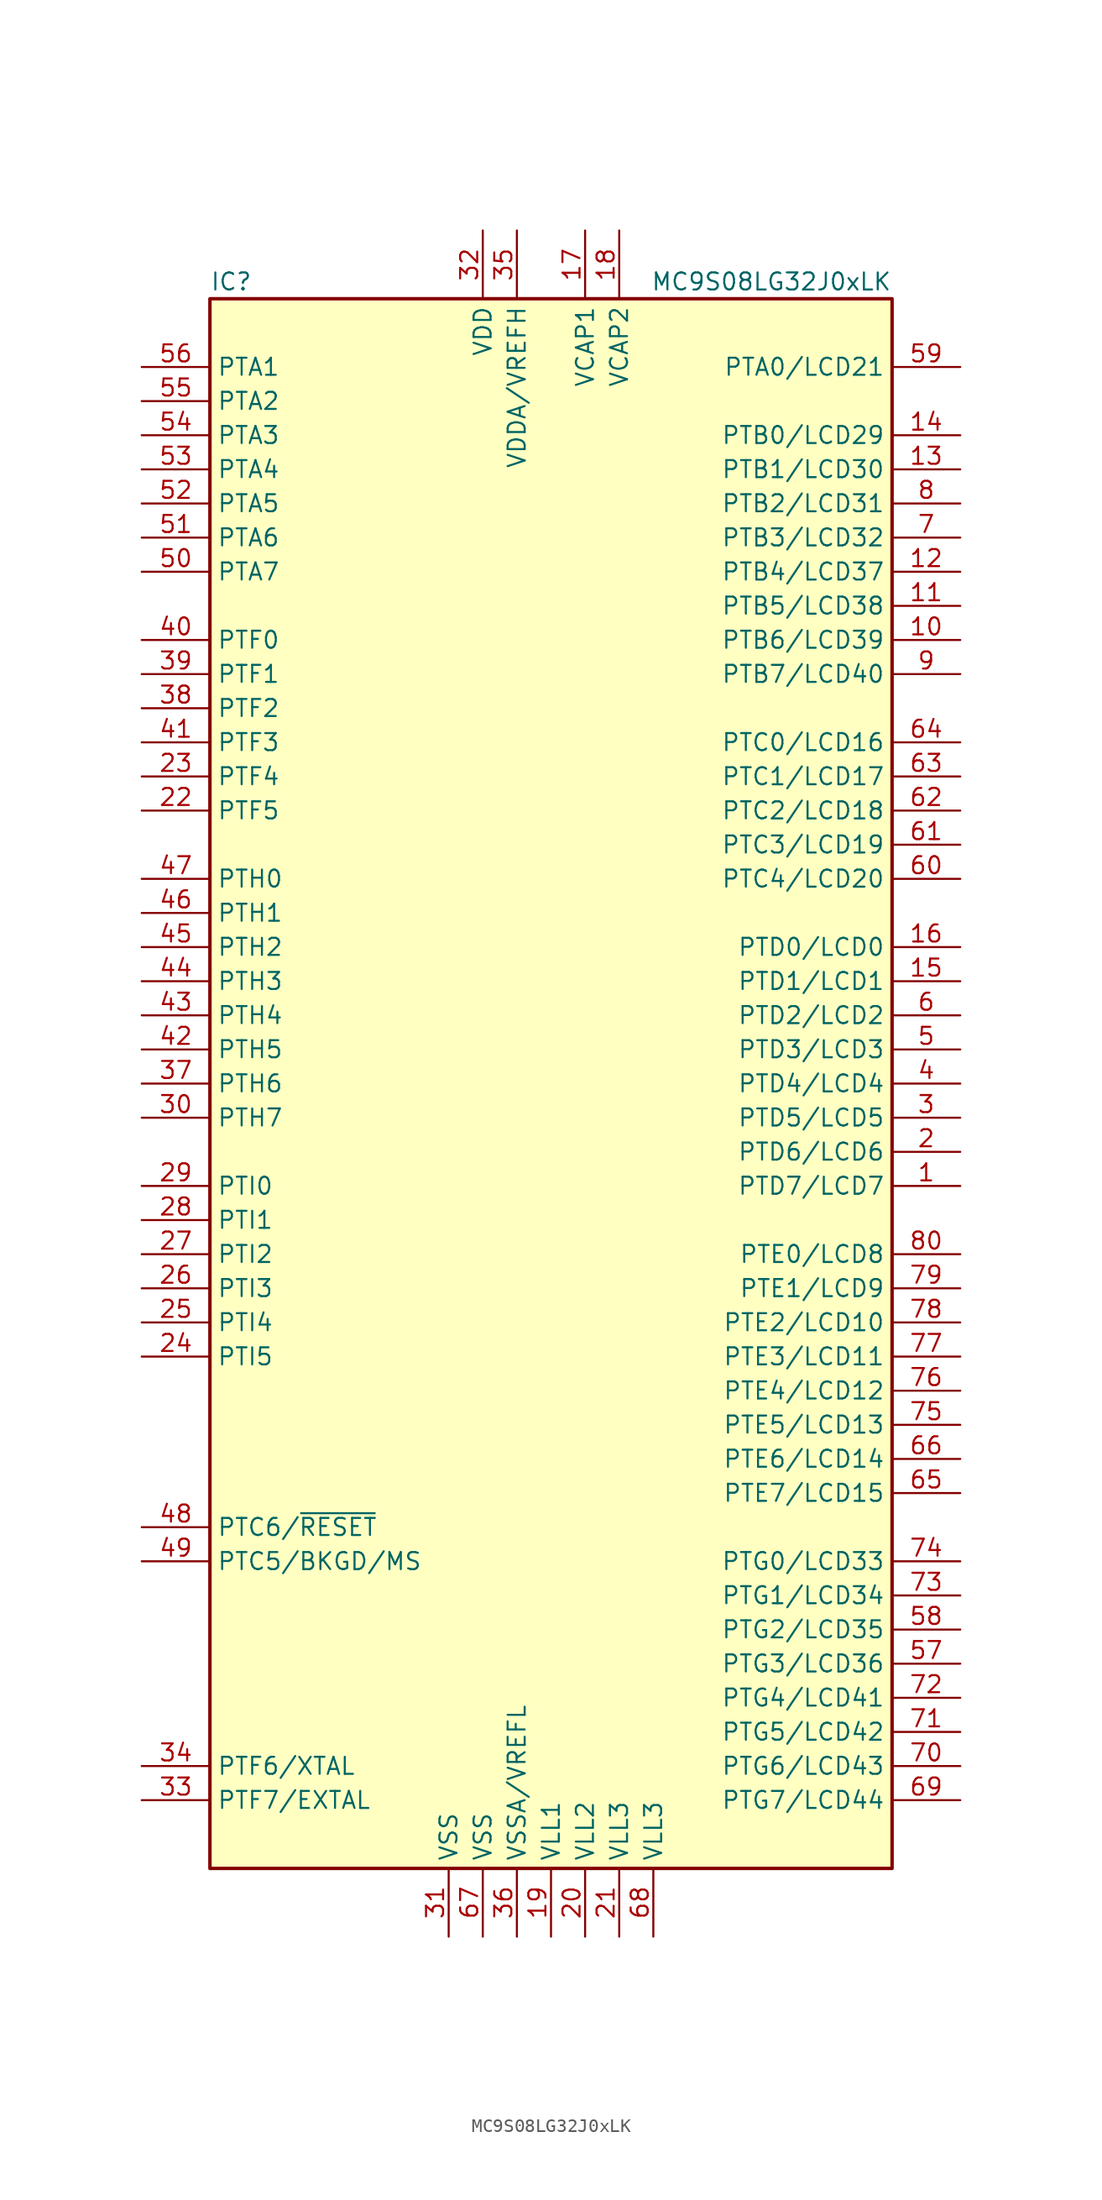
<source format=kicad_sym>
(kicad_symbol_lib
  (version 20241209)
  (generator "kicad_symbol_editor")
  (generator_version "9.0")
  (symbol "MC9S08LG32J0xLK"
    (property "Reference" "IC"
      (at -25.4 59.69 0)
      (effects (font (size 1.27 1.27)) (justify left)))
    (property "Value" "MC9S08LG32J0xLK"
      (at 25.4 59.69 0)
      (effects (font (size 1.27 1.27)) (justify right)))
    (symbol "MC9S08LG32J0xLK_0_1"
      (rectangle (start -25.4 58.42) (end 25.4 -58.42) (stroke (width 0.254) (type default)) (fill (type background))))
    (symbol "MC9S08LG32J0xLK_1_1"
      (pin bidirectional line (at -30.48 53.34 0) (length 5.08) (name "PTA1" (effects (font (size 1.27 1.27)))) (number "56" (effects (font (size 1.27 1.27)))))
      (pin bidirectional line (at -30.48 50.8 0) (length 5.08) (name "PTA2" (effects (font (size 1.27 1.27)))) (number "55" (effects (font (size 1.27 1.27)))))
      (pin bidirectional line (at -30.48 48.26 0) (length 5.08) (name "PTA3" (effects (font (size 1.27 1.27)))) (number "54" (effects (font (size 1.27 1.27)))))
      (pin bidirectional line (at -30.48 45.72 0) (length 5.08) (name "PTA4" (effects (font (size 1.27 1.27)))) (number "53" (effects (font (size 1.27 1.27)))))
      (pin bidirectional line (at -30.48 43.18 0) (length 5.08) (name "PTA5" (effects (font (size 1.27 1.27)))) (number "52" (effects (font (size 1.27 1.27)))))
      (pin bidirectional line (at -30.48 40.64 0) (length 5.08) (name "PTA6" (effects (font (size 1.27 1.27)))) (number "51" (effects (font (size 1.27 1.27)))))
      (pin bidirectional line (at -30.48 38.1 0) (length 5.08) (name "PTA7" (effects (font (size 1.27 1.27)))) (number "50" (effects (font (size 1.27 1.27)))))
      (pin bidirectional line (at -30.48 33.02 0) (length 5.08) (name "PTF0" (effects (font (size 1.27 1.27)))) (number "40" (effects (font (size 1.27 1.27)))))
      (pin bidirectional line (at -30.48 30.48 0) (length 5.08) (name "PTF1" (effects (font (size 1.27 1.27)))) (number "39" (effects (font (size 1.27 1.27)))))
      (pin bidirectional line (at -30.48 27.94 0) (length 5.08) (name "PTF2" (effects (font (size 1.27 1.27)))) (number "38" (effects (font (size 1.27 1.27)))))
      (pin bidirectional line (at -30.48 25.4 0) (length 5.08) (name "PTF3" (effects (font (size 1.27 1.27)))) (number "41" (effects (font (size 1.27 1.27)))))
      (pin bidirectional line (at -30.48 22.86 0) (length 5.08) (name "PTF4" (effects (font (size 1.27 1.27)))) (number "23" (effects (font (size 1.27 1.27)))))
      (pin bidirectional line (at -30.48 20.32 0) (length 5.08) (name "PTF5" (effects (font (size 1.27 1.27)))) (number "22" (effects (font (size 1.27 1.27)))))
      (pin bidirectional line (at -30.48 15.24 0) (length 5.08) (name "PTH0" (effects (font (size 1.27 1.27)))) (number "47" (effects (font (size 1.27 1.27)))))
      (pin bidirectional line (at -30.48 12.7 0) (length 5.08) (name "PTH1" (effects (font (size 1.27 1.27)))) (number "46" (effects (font (size 1.27 1.27)))))
      (pin bidirectional line (at -30.48 10.16 0) (length 5.08) (name "PTH2" (effects (font (size 1.27 1.27)))) (number "45" (effects (font (size 1.27 1.27)))))
      (pin bidirectional line (at -30.48 7.62 0) (length 5.08) (name "PTH3" (effects (font (size 1.27 1.27)))) (number "44" (effects (font (size 1.27 1.27)))))
      (pin bidirectional line (at -30.48 5.08 0) (length 5.08) (name "PTH4" (effects (font (size 1.27 1.27)))) (number "43" (effects (font (size 1.27 1.27)))))
      (pin bidirectional line (at -30.48 2.54 0) (length 5.08) (name "PTH5" (effects (font (size 1.27 1.27)))) (number "42" (effects (font (size 1.27 1.27)))))
      (pin bidirectional line (at -30.48 0 0) (length 5.08) (name "PTH6" (effects (font (size 1.27 1.27)))) (number "37" (effects (font (size 1.27 1.27)))))
      (pin bidirectional line (at -30.48 -2.54 0) (length 5.08) (name "PTH7" (effects (font (size 1.27 1.27)))) (number "30" (effects (font (size 1.27 1.27)))))
      (pin bidirectional line (at -30.48 -7.62 0) (length 5.08) (name "PTI0" (effects (font (size 1.27 1.27)))) (number "29" (effects (font (size 1.27 1.27)))))
      (pin bidirectional line (at -30.48 -10.16 0) (length 5.08) (name "PTI1" (effects (font (size 1.27 1.27)))) (number "28" (effects (font (size 1.27 1.27)))))
      (pin bidirectional line (at -30.48 -12.7 0) (length 5.08) (name "PTI2" (effects (font (size 1.27 1.27)))) (number "27" (effects (font (size 1.27 1.27)))))
      (pin bidirectional line (at -30.48 -15.24 0) (length 5.08) (name "PTI3" (effects (font (size 1.27 1.27)))) (number "26" (effects (font (size 1.27 1.27)))))
      (pin bidirectional line (at -30.48 -17.78 0) (length 5.08) (name "PTI4" (effects (font (size 1.27 1.27)))) (number "25" (effects (font (size 1.27 1.27)))))
      (pin bidirectional line (at -30.48 -20.32 0) (length 5.08) (name "PTI5" (effects (font (size 1.27 1.27)))) (number "24" (effects (font (size 1.27 1.27)))))
      (pin bidirectional line (at -30.48 -33.02 0) (length 5.08) (name "PTC6/~{RESET}" (effects (font (size 1.27 1.27)))) (number "48" (effects (font (size 1.27 1.27)))))
      (pin bidirectional line (at -30.48 -35.56 0) (length 5.08) (name "PTC5/BKGD/MS" (effects (font (size 1.27 1.27)))) (number "49" (effects (font (size 1.27 1.27)))))
      (pin bidirectional line (at -30.48 -50.8 0) (length 5.08) (name "PTF6/XTAL" (effects (font (size 1.27 1.27)))) (number "34" (effects (font (size 1.27 1.27)))))
      (pin bidirectional line (at -30.48 -53.34 0) (length 5.08) (name "PTF7/EXTAL" (effects (font (size 1.27 1.27)))) (number "33" (effects (font (size 1.27 1.27)))))
      (pin power_in line (at -7.62 -63.5 90) (length 5.08) (name "VSS" (effects (font (size 1.27 1.27)))) (number "31" (effects (font (size 1.27 1.27)))))
      (pin power_in line (at -5.08 63.5 270) (length 5.08) (name "VDD" (effects (font (size 1.27 1.27)))) (number "32" (effects (font (size 1.27 1.27)))))
      (pin power_in line (at -5.08 -63.5 90) (length 5.08) (name "VSS" (effects (font (size 1.27 1.27)))) (number "67" (effects (font (size 1.27 1.27)))))
      (pin power_in line (at -2.54 63.5 270) (length 5.08) (name "VDDA/VREFH" (effects (font (size 1.27 1.27)))) (number "35" (effects (font (size 1.27 1.27)))))
      (pin power_in line (at -2.54 -63.5 90) (length 5.08) (name "VSSA/VREFL" (effects (font (size 1.27 1.27)))) (number "36" (effects (font (size 1.27 1.27)))))
      (pin power_in line (at 0 -63.5 90) (length 5.08) (name "VLL1" (effects (font (size 1.27 1.27)))) (number "19" (effects (font (size 1.27 1.27)))))
      (pin power_in line (at 2.54 63.5 270) (length 5.08) (name "VCAP1" (effects (font (size 1.27 1.27)))) (number "17" (effects (font (size 1.27 1.27)))))
      (pin power_in line (at 2.54 -63.5 90) (length 5.08) (name "VLL2" (effects (font (size 1.27 1.27)))) (number "20" (effects (font (size 1.27 1.27)))))
      (pin power_in line (at 5.08 63.5 270) (length 5.08) (name "VCAP2" (effects (font (size 1.27 1.27)))) (number "18" (effects (font (size 1.27 1.27)))))
      (pin power_in line (at 5.08 -63.5 90) (length 5.08) (name "VLL3" (effects (font (size 1.27 1.27)))) (number "21" (effects (font (size 1.27 1.27)))))
      (pin power_in line (at 7.62 -63.5 90) (length 5.08) (name "VLL3" (effects (font (size 1.27 1.27)))) (number "68" (effects (font (size 1.27 1.27)))))
      (pin bidirectional line (at 30.48 53.34 180) (length 5.08) (name "PTA0/LCD21" (effects (font (size 1.27 1.27)))) (number "59" (effects (font (size 1.27 1.27)))))
      (pin bidirectional line (at 30.48 48.26 180) (length 5.08) (name "PTB0/LCD29" (effects (font (size 1.27 1.27)))) (number "14" (effects (font (size 1.27 1.27)))))
      (pin bidirectional line (at 30.48 45.72 180) (length 5.08) (name "PTB1/LCD30" (effects (font (size 1.27 1.27)))) (number "13" (effects (font (size 1.27 1.27)))))
      (pin bidirectional line (at 30.48 43.18 180) (length 5.08) (name "PTB2/LCD31" (effects (font (size 1.27 1.27)))) (number "8" (effects (font (size 1.27 1.27)))))
      (pin bidirectional line (at 30.48 40.64 180) (length 5.08) (name "PTB3/LCD32" (effects (font (size 1.27 1.27)))) (number "7" (effects (font (size 1.27 1.27)))))
      (pin bidirectional line (at 30.48 38.1 180) (length 5.08) (name "PTB4/LCD37" (effects (font (size 1.27 1.27)))) (number "12" (effects (font (size 1.27 1.27)))))
      (pin bidirectional line (at 30.48 35.56 180) (length 5.08) (name "PTB5/LCD38" (effects (font (size 1.27 1.27)))) (number "11" (effects (font (size 1.27 1.27)))))
      (pin bidirectional line (at 30.48 33.02 180) (length 5.08) (name "PTB6/LCD39" (effects (font (size 1.27 1.27)))) (number "10" (effects (font (size 1.27 1.27)))))
      (pin bidirectional line (at 30.48 30.48 180) (length 5.08) (name "PTB7/LCD40" (effects (font (size 1.27 1.27)))) (number "9" (effects (font (size 1.27 1.27)))))
      (pin bidirectional line (at 30.48 25.4 180) (length 5.08) (name "PTC0/LCD16" (effects (font (size 1.27 1.27)))) (number "64" (effects (font (size 1.27 1.27)))))
      (pin bidirectional line (at 30.48 22.86 180) (length 5.08) (name "PTC1/LCD17" (effects (font (size 1.27 1.27)))) (number "63" (effects (font (size 1.27 1.27)))))
      (pin bidirectional line (at 30.48 20.32 180) (length 5.08) (name "PTC2/LCD18" (effects (font (size 1.27 1.27)))) (number "62" (effects (font (size 1.27 1.27)))))
      (pin bidirectional line (at 30.48 17.78 180) (length 5.08) (name "PTC3/LCD19" (effects (font (size 1.27 1.27)))) (number "61" (effects (font (size 1.27 1.27)))))
      (pin bidirectional line (at 30.48 15.24 180) (length 5.08) (name "PTC4/LCD20" (effects (font (size 1.27 1.27)))) (number "60" (effects (font (size 1.27 1.27)))))
      (pin bidirectional line (at 30.48 10.16 180) (length 5.08) (name "PTD0/LCD0" (effects (font (size 1.27 1.27)))) (number "16" (effects (font (size 1.27 1.27)))))
      (pin bidirectional line (at 30.48 7.62 180) (length 5.08) (name "PTD1/LCD1" (effects (font (size 1.27 1.27)))) (number "15" (effects (font (size 1.27 1.27)))))
      (pin bidirectional line (at 30.48 5.08 180) (length 5.08) (name "PTD2/LCD2" (effects (font (size 1.27 1.27)))) (number "6" (effects (font (size 1.27 1.27)))))
      (pin bidirectional line (at 30.48 2.54 180) (length 5.08) (name "PTD3/LCD3" (effects (font (size 1.27 1.27)))) (number "5" (effects (font (size 1.27 1.27)))))
      (pin bidirectional line (at 30.48 0 180) (length 5.08) (name "PTD4/LCD4" (effects (font (size 1.27 1.27)))) (number "4" (effects (font (size 1.27 1.27)))))
      (pin bidirectional line (at 30.48 -2.54 180) (length 5.08) (name "PTD5/LCD5" (effects (font (size 1.27 1.27)))) (number "3" (effects (font (size 1.27 1.27)))))
      (pin bidirectional line (at 30.48 -5.08 180) (length 5.08) (name "PTD6/LCD6" (effects (font (size 1.27 1.27)))) (number "2" (effects (font (size 1.27 1.27)))))
      (pin bidirectional line (at 30.48 -7.62 180) (length 5.08) (name "PTD7/LCD7" (effects (font (size 1.27 1.27)))) (number "1" (effects (font (size 1.27 1.27)))))
      (pin bidirectional line (at 30.48 -12.7 180) (length 5.08) (name "PTE0/LCD8" (effects (font (size 1.27 1.27)))) (number "80" (effects (font (size 1.27 1.27)))))
      (pin bidirectional line (at 30.48 -15.24 180) (length 5.08) (name "PTE1/LCD9" (effects (font (size 1.27 1.27)))) (number "79" (effects (font (size 1.27 1.27)))))
      (pin bidirectional line (at 30.48 -17.78 180) (length 5.08) (name "PTE2/LCD10" (effects (font (size 1.27 1.27)))) (number "78" (effects (font (size 1.27 1.27)))))
      (pin bidirectional line (at 30.48 -20.32 180) (length 5.08) (name "PTE3/LCD11" (effects (font (size 1.27 1.27)))) (number "77" (effects (font (size 1.27 1.27)))))
      (pin bidirectional line (at 30.48 -22.86 180) (length 5.08) (name "PTE4/LCD12" (effects (font (size 1.27 1.27)))) (number "76" (effects (font (size 1.27 1.27)))))
      (pin bidirectional line (at 30.48 -25.4 180) (length 5.08) (name "PTE5/LCD13" (effects (font (size 1.27 1.27)))) (number "75" (effects (font (size 1.27 1.27)))))
      (pin bidirectional line (at 30.48 -27.94 180) (length 5.08) (name "PTE6/LCD14" (effects (font (size 1.27 1.27)))) (number "66" (effects (font (size 1.27 1.27)))))
      (pin bidirectional line (at 30.48 -30.48 180) (length 5.08) (name "PTE7/LCD15" (effects (font (size 1.27 1.27)))) (number "65" (effects (font (size 1.27 1.27)))))
      (pin bidirectional line (at 30.48 -35.56 180) (length 5.08) (name "PTG0/LCD33" (effects (font (size 1.27 1.27)))) (number "74" (effects (font (size 1.27 1.27)))))
      (pin bidirectional line (at 30.48 -38.1 180) (length 5.08) (name "PTG1/LCD34" (effects (font (size 1.27 1.27)))) (number "73" (effects (font (size 1.27 1.27)))))
      (pin bidirectional line (at 30.48 -40.64 180) (length 5.08) (name "PTG2/LCD35" (effects (font (size 1.27 1.27)))) (number "58" (effects (font (size 1.27 1.27)))))
      (pin bidirectional line (at 30.48 -43.18 180) (length 5.08) (name "PTG3/LCD36" (effects (font (size 1.27 1.27)))) (number "57" (effects (font (size 1.27 1.27)))))
      (pin bidirectional line (at 30.48 -45.72 180) (length 5.08) (name "PTG4/LCD41" (effects (font (size 1.27 1.27)))) (number "72" (effects (font (size 1.27 1.27)))))
      (pin bidirectional line (at 30.48 -48.26 180) (length 5.08) (name "PTG5/LCD42" (effects (font (size 1.27 1.27)))) (number "71" (effects (font (size 1.27 1.27)))))
      (pin bidirectional line (at 30.48 -50.8 180) (length 5.08) (name "PTG6/LCD43" (effects (font (size 1.27 1.27)))) (number "70" (effects (font (size 1.27 1.27)))))
      (pin bidirectional line (at 30.48 -53.34 180) (length 5.08) (name "PTG7/LCD44" (effects (font (size 1.27 1.27)))) (number "69" (effects (font (size 1.27 1.27))))))))
</source>
